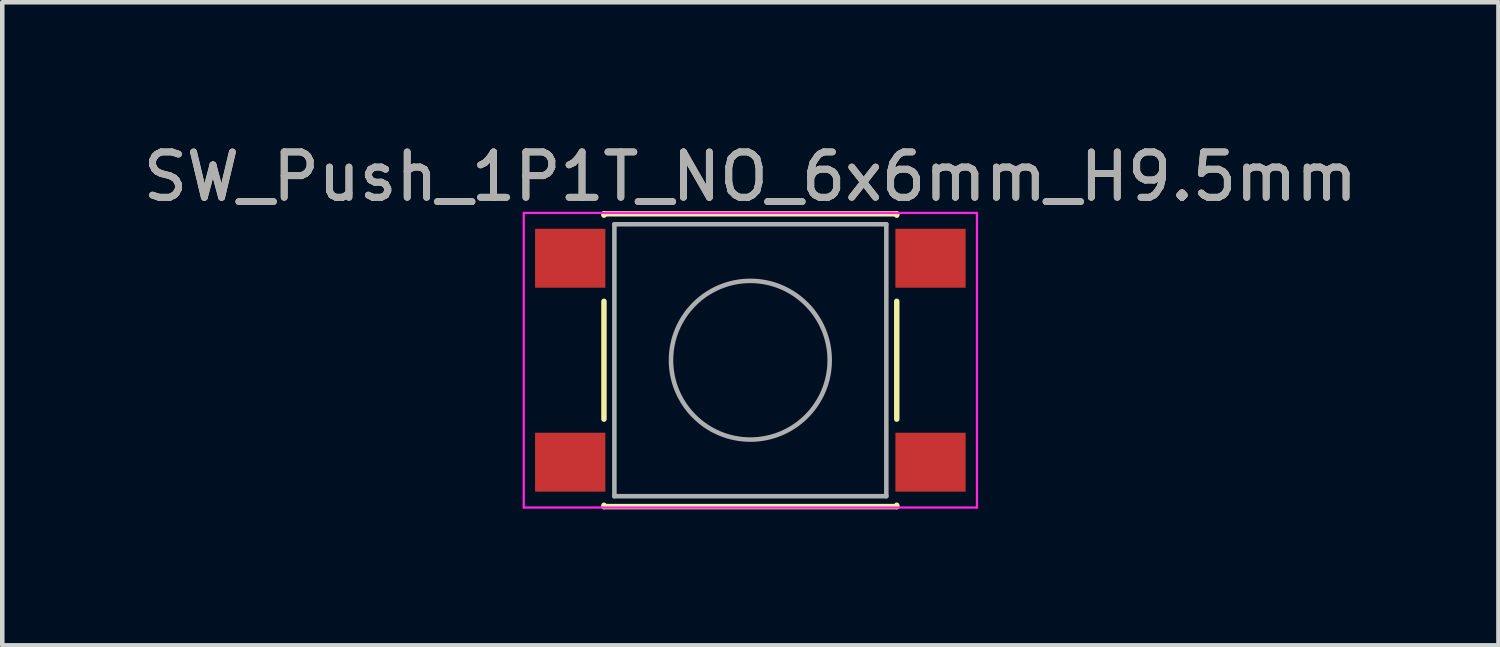
<source format=kicad_pcb>
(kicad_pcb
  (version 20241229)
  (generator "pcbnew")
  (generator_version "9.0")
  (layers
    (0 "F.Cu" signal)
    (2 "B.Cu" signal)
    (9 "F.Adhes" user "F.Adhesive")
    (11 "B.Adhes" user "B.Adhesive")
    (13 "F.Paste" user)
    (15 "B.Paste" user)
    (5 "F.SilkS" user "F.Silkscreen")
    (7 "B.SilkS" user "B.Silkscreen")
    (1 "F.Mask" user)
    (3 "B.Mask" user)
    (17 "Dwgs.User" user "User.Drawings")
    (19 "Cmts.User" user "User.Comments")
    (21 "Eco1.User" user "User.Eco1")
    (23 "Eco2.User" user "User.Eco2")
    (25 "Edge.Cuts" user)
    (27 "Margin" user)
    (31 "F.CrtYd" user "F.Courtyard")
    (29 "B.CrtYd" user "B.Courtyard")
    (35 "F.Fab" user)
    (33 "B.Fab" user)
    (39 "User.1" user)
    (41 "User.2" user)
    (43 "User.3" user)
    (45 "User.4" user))
  (footprint "SW_Push_1P1T_NO_6x6mm_H9.5mm"
    (layer "F.Cu")
    (at 13.506 4.898)
    (property "Reference" "SW_Push_1P1T_NO_6x6mm_H9.5mm" (at 0 -4.05 0) (layer "F.SilkS") (effects (font (size 1 1) (thickness 0.15))))
    (attr smd)
    (fp_line (start -3.23 -3.23) (end 3.23 -3.23) (stroke (width 0.12) (type solid)) (layer "F.SilkS"))
    (fp_line (start -3.23 -3.2) (end -3.23 -3.23) (stroke (width 0.12) (type solid)) (layer "F.SilkS"))
    (fp_line (start -3.23 -1.3) (end -3.23 1.3) (stroke (width 0.12) (type solid)) (layer "F.SilkS"))
    (fp_line (start -3.23 3.23) (end -3.23 3.2) (stroke (width 0.12) (type solid)) (layer "F.SilkS"))
    (fp_line (start -3.23 3.23) (end 3.23 3.23) (stroke (width 0.12) (type solid)) (layer "F.SilkS"))
    (fp_line (start 3.23 -3.23) (end 3.23 -3.2) (stroke (width 0.12) (type solid)) (layer "F.SilkS"))
    (fp_line (start 3.23 -1.3) (end 3.23 1.3) (stroke (width 0.12) (type solid)) (layer "F.SilkS"))
    (fp_line (start 3.23 3.23) (end 3.23 3.2) (stroke (width 0.12) (type solid)) (layer "F.SilkS"))
    (fp_line (start -5 -3.25) (end -5 3.25) (stroke (width 0.05) (type solid)) (layer "F.CrtYd"))
    (fp_line (start -5 -3.25) (end 5 -3.25) (stroke (width 0.05) (type solid)) (layer "F.CrtYd"))
    (fp_line (start -5 3.25) (end 5 3.25) (stroke (width 0.05) (type solid)) (layer "F.CrtYd"))
    (fp_line (start 5 3.25) (end 5 -3.25) (stroke (width 0.05) (type solid)) (layer "F.CrtYd"))
    (fp_line (start -3 -3) (end -3 3) (stroke (width 0.1) (type solid)) (layer "F.Fab"))
    (fp_line (start -3 3) (end 3 3) (stroke (width 0.1) (type solid)) (layer "F.Fab"))
    (fp_line (start 3 -3) (end -3 -3) (stroke (width 0.1) (type solid)) (layer "F.Fab"))
    (fp_line (start 3 3) (end 3 -3) (stroke (width 0.1) (type solid)) (layer "F.Fab"))
    (fp_circle (center 0 0) (end 1.75 -0.05) (stroke (width 0.1) (type solid)) (fill no) (layer "F.Fab"))
    (fp_text user "${REFERENCE}" (at 0 -4.05 0) (layer "F.Fab") (effects (font (size 1 1) (thickness 0.15))))
    (pad "1" smd rect (at -3.975 -2.25) (size 1.55 1.3) (layers "F.Cu" "F.Mask" "F.Paste"))
    (pad "2" smd rect (at -3.975 2.25) (size 1.55 1.3) (layers "F.Cu" "F.Mask" "F.Paste"))
    (pad "3" smd rect (at 3.975 -2.25) (size 1.55 1.3) (layers "F.Cu" "F.Mask" "F.Paste"))
    (pad "4" smd rect (at 3.975 2.25) (size 1.55 1.3) (layers "F.Cu" "F.Mask" "F.Paste")))
  (gr_rect
    (start -3 -3)
    (end 30.012 11.188)
    (stroke (width 0.1) (type default))
    (fill no)
    (layer "Edge.Cuts")))
</source>
